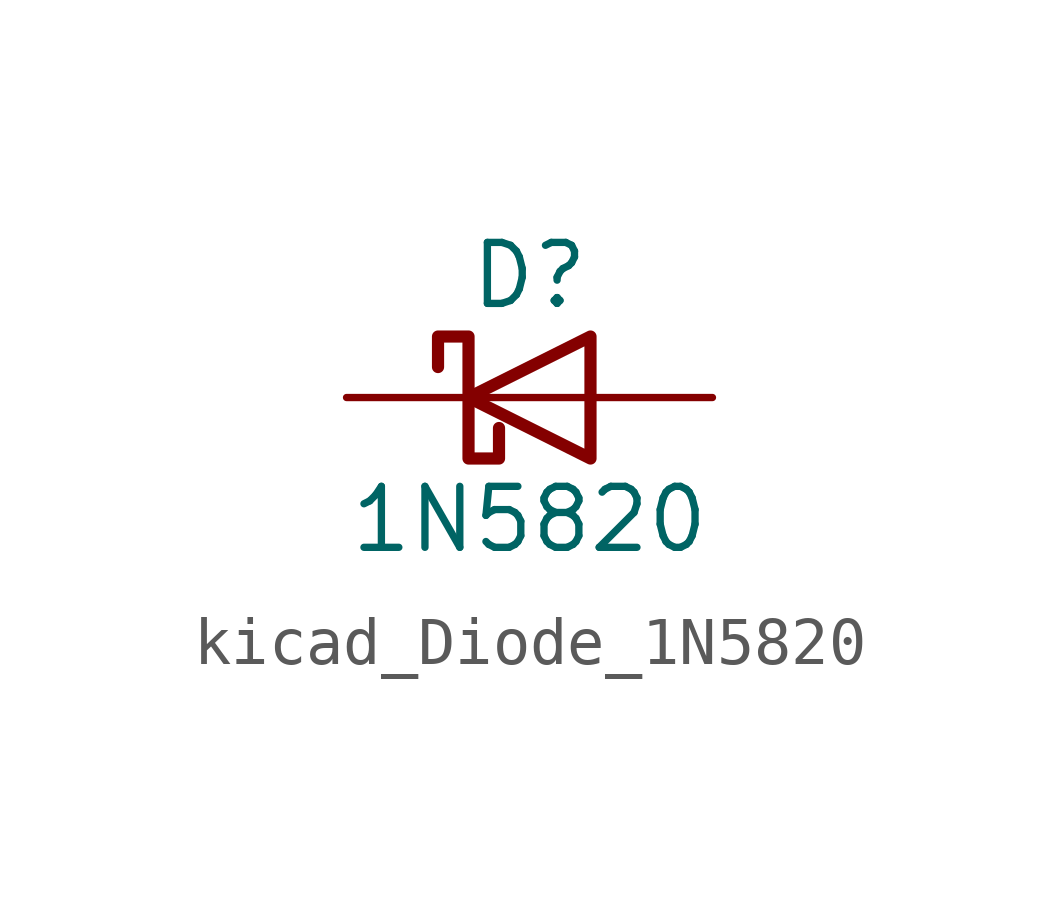
<source format=kicad_sym>
(kicad_symbol_lib
  (version 20220914)
  (generator kicad_symbol_editor)
  (symbol "kicad_Diode_1N5820"
    (pin_numbers hide)
    (pin_names
      (offset 1.016) hide)
    (property "Reference" "D"
      (at 0 2.54 0)
      (effects (font (size 1.27 1.27))))
    (property "Value" "1N5820"
      (at 0 -2.54 0)
      (effects (font (size 1.27 1.27))))
    (symbol "kicad_Diode_1N5820_0_1"
      (polyline (pts (xy 1.27 0) (xy -1.27 0)) (stroke (width 0) (type default)) (fill (type none)))
      (polyline (pts (xy 1.27 1.27) (xy 1.27 -1.27) (xy -1.27 0) (xy 1.27 1.27)) (stroke (width 0.254) (type default)) (fill (type none)))
      (polyline (pts (xy -1.905 0.635) (xy -1.905 1.27) (xy -1.27 1.27) (xy -1.27 -1.27) (xy -0.635 -1.27) (xy -0.635 -0.635)) (stroke (width 0.254) (type default)) (fill (type none))))
    (symbol "kicad_Diode_1N5820_1_1"
      (pin passive line (at -3.81 0 0) (length 2.54) (name "K" (effects (font (size 1.27 1.27)))) (number "1" (effects (font (size 1.27 1.27)))))
      (pin passive line (at 3.81 0 180) (length 2.54) (name "A" (effects (font (size 1.27 1.27)))) (number "2" (effects (font (size 1.27 1.27))))))))
</source>
